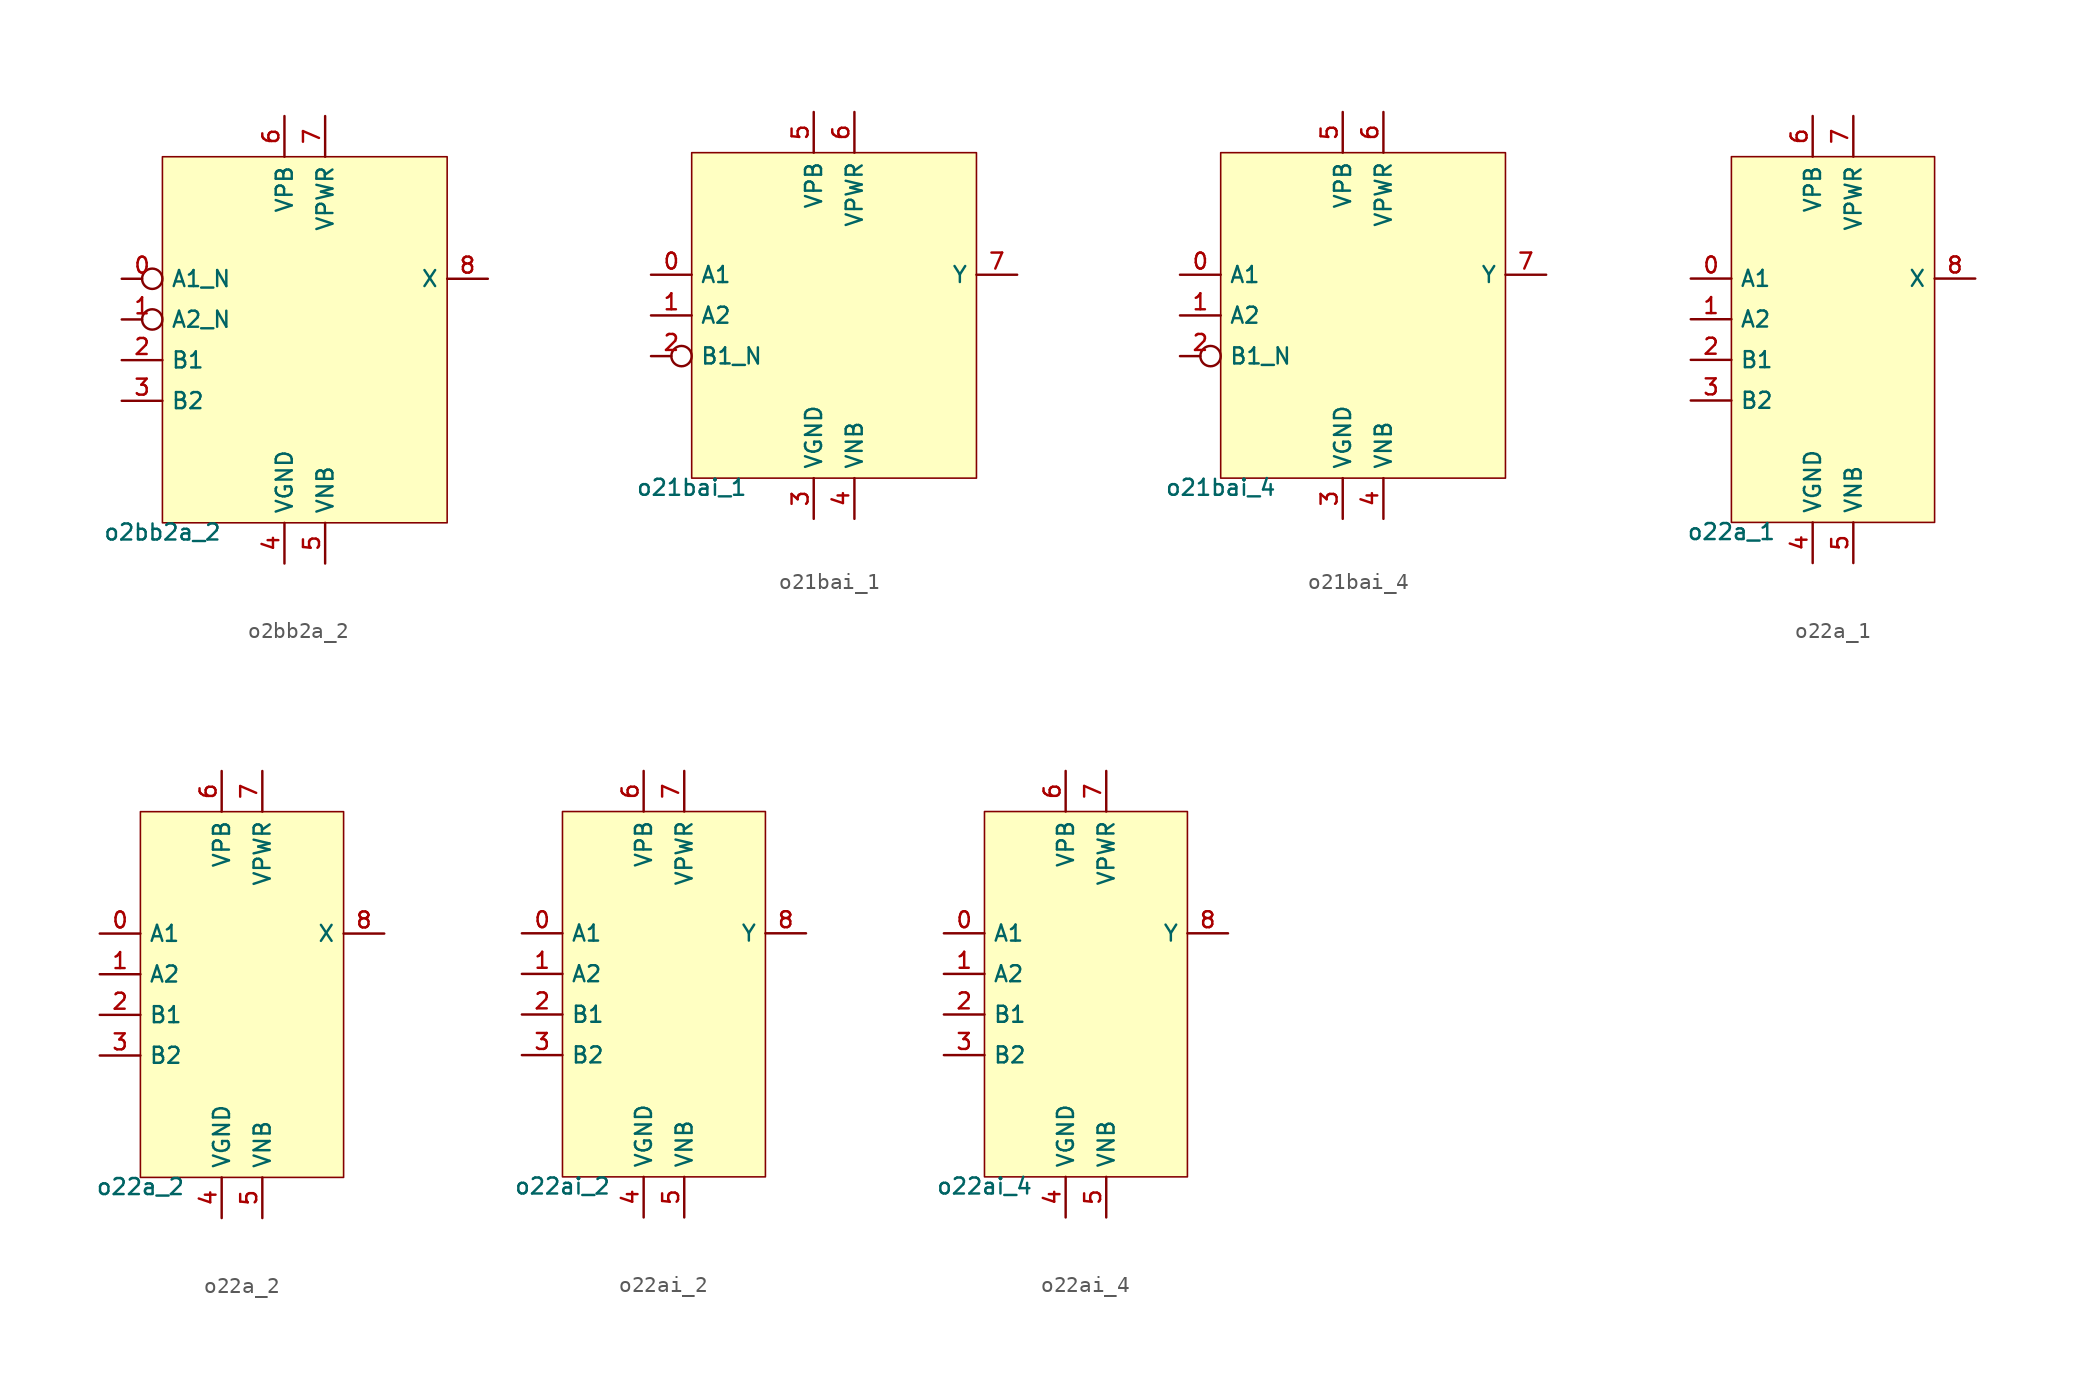
<source format=kicad_sym>
(kicad_symbol_lib
  (version 20211014)
  (generator pdk2kicad)
  (symbol "o2bb2a_2"
    (property "Reference" "X"
      (at 0 0 0)
      (effects (font (size 1 1)) hide))
    (property "Value" "o2bb2a_2"
      (at -8.89 -11.43 0)
      (effects (font (size 1 1)) (justify top)))
    (rectangle
      (start -8.89 -11.43)
      (end 8.89 11.43)
      (stroke (width 0.1) (type solid) (color 0 0 0 0))
      (fill (type background)))
    (pin input inverted
      (at -11.43 3.81 0)
      (length 2.54)
      (name "A1_N" (effects (font (size 1 1)) hide))
      (number "0" (effects (font (size 1 1)) hide)))
    (pin input inverted
      (at -11.43 1.27 0)
      (length 2.54)
      (name "A2_N" (effects (font (size 1 1)) hide))
      (number "1" (effects (font (size 1 1)) hide)))
    (pin input line
      (at -11.43 -1.27 0)
      (length 2.54)
      (name "B1" (effects (font (size 1 1)) hide))
      (number "2" (effects (font (size 1 1)) hide)))
    (pin input line
      (at -11.43 -3.81 0)
      (length 2.54)
      (name "B2" (effects (font (size 1 1)) hide))
      (number "3" (effects (font (size 1 1)) hide)))
    (pin power_in line
      (at -1.27 -13.97 90)
      (length 2.54)
      (name "VGND" (effects (font (size 1 1)) hide))
      (number "4" (effects (font (size 1 1)) hide)))
    (pin power_in line
      (at 1.27 -13.97 90)
      (length 2.54)
      (name "VNB" (effects (font (size 1 1)) hide))
      (number "5" (effects (font (size 1 1)) hide)))
    (pin power_in line
      (at -1.27 13.97 270)
      (length 2.54)
      (name "VPB" (effects (font (size 1 1)) hide))
      (number "6" (effects (font (size 1 1)) hide)))
    (pin power_in line
      (at 1.27 13.97 270)
      (length 2.54)
      (name "VPWR" (effects (font (size 1 1)) hide))
      (number "7" (effects (font (size 1 1)) hide)))
    (pin output line
      (at 11.43 3.81 180)
      (length 2.54)
      (name "X" (effects (font (size 1 1)) hide))
      (number "8" (effects (font (size 1 1)) hide))))
  (symbol "o21bai_1"
    (property "Reference" "X"
      (at 0 0 0)
      (effects (font (size 1 1)) hide))
    (property "Value" "o21bai_1"
      (at -8.89 -10.16 0)
      (effects (font (size 1 1)) (justify top)))
    (rectangle
      (start -8.89 -10.16)
      (end 8.89 10.16)
      (stroke (width 0.1) (type solid) (color 0 0 0 0))
      (fill (type background)))
    (pin input line
      (at -11.43 2.54 0)
      (length 2.54)
      (name "A1" (effects (font (size 1 1)) hide))
      (number "0" (effects (font (size 1 1)) hide)))
    (pin input line
      (at -11.43 0.0 0)
      (length 2.54)
      (name "A2" (effects (font (size 1 1)) hide))
      (number "1" (effects (font (size 1 1)) hide)))
    (pin input inverted
      (at -11.43 -2.54 0)
      (length 2.54)
      (name "B1_N" (effects (font (size 1 1)) hide))
      (number "2" (effects (font (size 1 1)) hide)))
    (pin power_in line
      (at -1.27 -12.7 90)
      (length 2.54)
      (name "VGND" (effects (font (size 1 1)) hide))
      (number "3" (effects (font (size 1 1)) hide)))
    (pin power_in line
      (at 1.27 -12.7 90)
      (length 2.54)
      (name "VNB" (effects (font (size 1 1)) hide))
      (number "4" (effects (font (size 1 1)) hide)))
    (pin power_in line
      (at -1.27 12.7 270)
      (length 2.54)
      (name "VPB" (effects (font (size 1 1)) hide))
      (number "5" (effects (font (size 1 1)) hide)))
    (pin power_in line
      (at 1.27 12.7 270)
      (length 2.54)
      (name "VPWR" (effects (font (size 1 1)) hide))
      (number "6" (effects (font (size 1 1)) hide)))
    (pin output line
      (at 11.43 2.54 180)
      (length 2.54)
      (name "Y" (effects (font (size 1 1)) hide))
      (number "7" (effects (font (size 1 1)) hide))))
  (symbol "o21bai_4"
    (property "Reference" "X"
      (at 0 0 0)
      (effects (font (size 1 1)) hide))
    (property "Value" "o21bai_4"
      (at -8.89 -10.16 0)
      (effects (font (size 1 1)) (justify top)))
    (rectangle
      (start -8.89 -10.16)
      (end 8.89 10.16)
      (stroke (width 0.1) (type solid) (color 0 0 0 0))
      (fill (type background)))
    (pin input line
      (at -11.43 2.54 0)
      (length 2.54)
      (name "A1" (effects (font (size 1 1)) hide))
      (number "0" (effects (font (size 1 1)) hide)))
    (pin input line
      (at -11.43 0.0 0)
      (length 2.54)
      (name "A2" (effects (font (size 1 1)) hide))
      (number "1" (effects (font (size 1 1)) hide)))
    (pin input inverted
      (at -11.43 -2.54 0)
      (length 2.54)
      (name "B1_N" (effects (font (size 1 1)) hide))
      (number "2" (effects (font (size 1 1)) hide)))
    (pin power_in line
      (at -1.27 -12.7 90)
      (length 2.54)
      (name "VGND" (effects (font (size 1 1)) hide))
      (number "3" (effects (font (size 1 1)) hide)))
    (pin power_in line
      (at 1.27 -12.7 90)
      (length 2.54)
      (name "VNB" (effects (font (size 1 1)) hide))
      (number "4" (effects (font (size 1 1)) hide)))
    (pin power_in line
      (at -1.27 12.7 270)
      (length 2.54)
      (name "VPB" (effects (font (size 1 1)) hide))
      (number "5" (effects (font (size 1 1)) hide)))
    (pin power_in line
      (at 1.27 12.7 270)
      (length 2.54)
      (name "VPWR" (effects (font (size 1 1)) hide))
      (number "6" (effects (font (size 1 1)) hide)))
    (pin output line
      (at 11.43 2.54 180)
      (length 2.54)
      (name "Y" (effects (font (size 1 1)) hide))
      (number "7" (effects (font (size 1 1)) hide))))
  (symbol "o22a_1"
    (property "Reference" "X"
      (at 0 0 0)
      (effects (font (size 1 1)) hide))
    (property "Value" "o22a_1"
      (at -6.35 -11.43 0)
      (effects (font (size 1 1)) (justify top)))
    (rectangle
      (start -6.35 -11.43)
      (end 6.35 11.43)
      (stroke (width 0.1) (type solid) (color 0 0 0 0))
      (fill (type background)))
    (pin input line
      (at -8.89 3.81 0)
      (length 2.54)
      (name "A1" (effects (font (size 1 1)) hide))
      (number "0" (effects (font (size 1 1)) hide)))
    (pin input line
      (at -8.89 1.27 0)
      (length 2.54)
      (name "A2" (effects (font (size 1 1)) hide))
      (number "1" (effects (font (size 1 1)) hide)))
    (pin input line
      (at -8.89 -1.27 0)
      (length 2.54)
      (name "B1" (effects (font (size 1 1)) hide))
      (number "2" (effects (font (size 1 1)) hide)))
    (pin input line
      (at -8.89 -3.81 0)
      (length 2.54)
      (name "B2" (effects (font (size 1 1)) hide))
      (number "3" (effects (font (size 1 1)) hide)))
    (pin power_in line
      (at -1.27 -13.97 90)
      (length 2.54)
      (name "VGND" (effects (font (size 1 1)) hide))
      (number "4" (effects (font (size 1 1)) hide)))
    (pin power_in line
      (at 1.27 -13.97 90)
      (length 2.54)
      (name "VNB" (effects (font (size 1 1)) hide))
      (number "5" (effects (font (size 1 1)) hide)))
    (pin power_in line
      (at -1.27 13.97 270)
      (length 2.54)
      (name "VPB" (effects (font (size 1 1)) hide))
      (number "6" (effects (font (size 1 1)) hide)))
    (pin power_in line
      (at 1.27 13.97 270)
      (length 2.54)
      (name "VPWR" (effects (font (size 1 1)) hide))
      (number "7" (effects (font (size 1 1)) hide)))
    (pin output line
      (at 8.89 3.81 180)
      (length 2.54)
      (name "X" (effects (font (size 1 1)) hide))
      (number "8" (effects (font (size 1 1)) hide))))
  (symbol "o22a_2"
    (property "Reference" "X"
      (at 0 0 0)
      (effects (font (size 1 1)) hide))
    (property "Value" "o22a_2"
      (at -6.35 -11.43 0)
      (effects (font (size 1 1)) (justify top)))
    (rectangle
      (start -6.35 -11.43)
      (end 6.35 11.43)
      (stroke (width 0.1) (type solid) (color 0 0 0 0))
      (fill (type background)))
    (pin input line
      (at -8.89 3.81 0)
      (length 2.54)
      (name "A1" (effects (font (size 1 1)) hide))
      (number "0" (effects (font (size 1 1)) hide)))
    (pin input line
      (at -8.89 1.27 0)
      (length 2.54)
      (name "A2" (effects (font (size 1 1)) hide))
      (number "1" (effects (font (size 1 1)) hide)))
    (pin input line
      (at -8.89 -1.27 0)
      (length 2.54)
      (name "B1" (effects (font (size 1 1)) hide))
      (number "2" (effects (font (size 1 1)) hide)))
    (pin input line
      (at -8.89 -3.81 0)
      (length 2.54)
      (name "B2" (effects (font (size 1 1)) hide))
      (number "3" (effects (font (size 1 1)) hide)))
    (pin power_in line
      (at -1.27 -13.97 90)
      (length 2.54)
      (name "VGND" (effects (font (size 1 1)) hide))
      (number "4" (effects (font (size 1 1)) hide)))
    (pin power_in line
      (at 1.27 -13.97 90)
      (length 2.54)
      (name "VNB" (effects (font (size 1 1)) hide))
      (number "5" (effects (font (size 1 1)) hide)))
    (pin power_in line
      (at -1.27 13.97 270)
      (length 2.54)
      (name "VPB" (effects (font (size 1 1)) hide))
      (number "6" (effects (font (size 1 1)) hide)))
    (pin power_in line
      (at 1.27 13.97 270)
      (length 2.54)
      (name "VPWR" (effects (font (size 1 1)) hide))
      (number "7" (effects (font (size 1 1)) hide)))
    (pin output line
      (at 8.89 3.81 180)
      (length 2.54)
      (name "X" (effects (font (size 1 1)) hide))
      (number "8" (effects (font (size 1 1)) hide))))
  (symbol "o22ai_2"
    (property "Reference" "X"
      (at 0 0 0)
      (effects (font (size 1 1)) hide))
    (property "Value" "o22ai_2"
      (at -6.35 -11.43 0)
      (effects (font (size 1 1)) (justify top)))
    (rectangle
      (start -6.35 -11.43)
      (end 6.35 11.43)
      (stroke (width 0.1) (type solid) (color 0 0 0 0))
      (fill (type background)))
    (pin input line
      (at -8.89 3.81 0)
      (length 2.54)
      (name "A1" (effects (font (size 1 1)) hide))
      (number "0" (effects (font (size 1 1)) hide)))
    (pin input line
      (at -8.89 1.27 0)
      (length 2.54)
      (name "A2" (effects (font (size 1 1)) hide))
      (number "1" (effects (font (size 1 1)) hide)))
    (pin input line
      (at -8.89 -1.27 0)
      (length 2.54)
      (name "B1" (effects (font (size 1 1)) hide))
      (number "2" (effects (font (size 1 1)) hide)))
    (pin input line
      (at -8.89 -3.81 0)
      (length 2.54)
      (name "B2" (effects (font (size 1 1)) hide))
      (number "3" (effects (font (size 1 1)) hide)))
    (pin power_in line
      (at -1.27 -13.97 90)
      (length 2.54)
      (name "VGND" (effects (font (size 1 1)) hide))
      (number "4" (effects (font (size 1 1)) hide)))
    (pin power_in line
      (at 1.27 -13.97 90)
      (length 2.54)
      (name "VNB" (effects (font (size 1 1)) hide))
      (number "5" (effects (font (size 1 1)) hide)))
    (pin power_in line
      (at -1.27 13.97 270)
      (length 2.54)
      (name "VPB" (effects (font (size 1 1)) hide))
      (number "6" (effects (font (size 1 1)) hide)))
    (pin power_in line
      (at 1.27 13.97 270)
      (length 2.54)
      (name "VPWR" (effects (font (size 1 1)) hide))
      (number "7" (effects (font (size 1 1)) hide)))
    (pin output line
      (at 8.89 3.81 180)
      (length 2.54)
      (name "Y" (effects (font (size 1 1)) hide))
      (number "8" (effects (font (size 1 1)) hide))))
  (symbol "o22ai_4"
    (property "Reference" "X"
      (at 0 0 0)
      (effects (font (size 1 1)) hide))
    (property "Value" "o22ai_4"
      (at -6.35 -11.43 0)
      (effects (font (size 1 1)) (justify top)))
    (rectangle
      (start -6.35 -11.43)
      (end 6.35 11.43)
      (stroke (width 0.1) (type solid) (color 0 0 0 0))
      (fill (type background)))
    (pin input line
      (at -8.89 3.81 0)
      (length 2.54)
      (name "A1" (effects (font (size 1 1)) hide))
      (number "0" (effects (font (size 1 1)) hide)))
    (pin input line
      (at -8.89 1.27 0)
      (length 2.54)
      (name "A2" (effects (font (size 1 1)) hide))
      (number "1" (effects (font (size 1 1)) hide)))
    (pin input line
      (at -8.89 -1.27 0)
      (length 2.54)
      (name "B1" (effects (font (size 1 1)) hide))
      (number "2" (effects (font (size 1 1)) hide)))
    (pin input line
      (at -8.89 -3.81 0)
      (length 2.54)
      (name "B2" (effects (font (size 1 1)) hide))
      (number "3" (effects (font (size 1 1)) hide)))
    (pin power_in line
      (at -1.27 -13.97 90)
      (length 2.54)
      (name "VGND" (effects (font (size 1 1)) hide))
      (number "4" (effects (font (size 1 1)) hide)))
    (pin power_in line
      (at 1.27 -13.97 90)
      (length 2.54)
      (name "VNB" (effects (font (size 1 1)) hide))
      (number "5" (effects (font (size 1 1)) hide)))
    (pin power_in line
      (at -1.27 13.97 270)
      (length 2.54)
      (name "VPB" (effects (font (size 1 1)) hide))
      (number "6" (effects (font (size 1 1)) hide)))
    (pin power_in line
      (at 1.27 13.97 270)
      (length 2.54)
      (name "VPWR" (effects (font (size 1 1)) hide))
      (number "7" (effects (font (size 1 1)) hide)))
    (pin output line
      (at 8.89 3.81 180)
      (length 2.54)
      (name "Y" (effects (font (size 1 1)) hide))
      (number "8" (effects (font (size 1 1)) hide)))))
</source>
